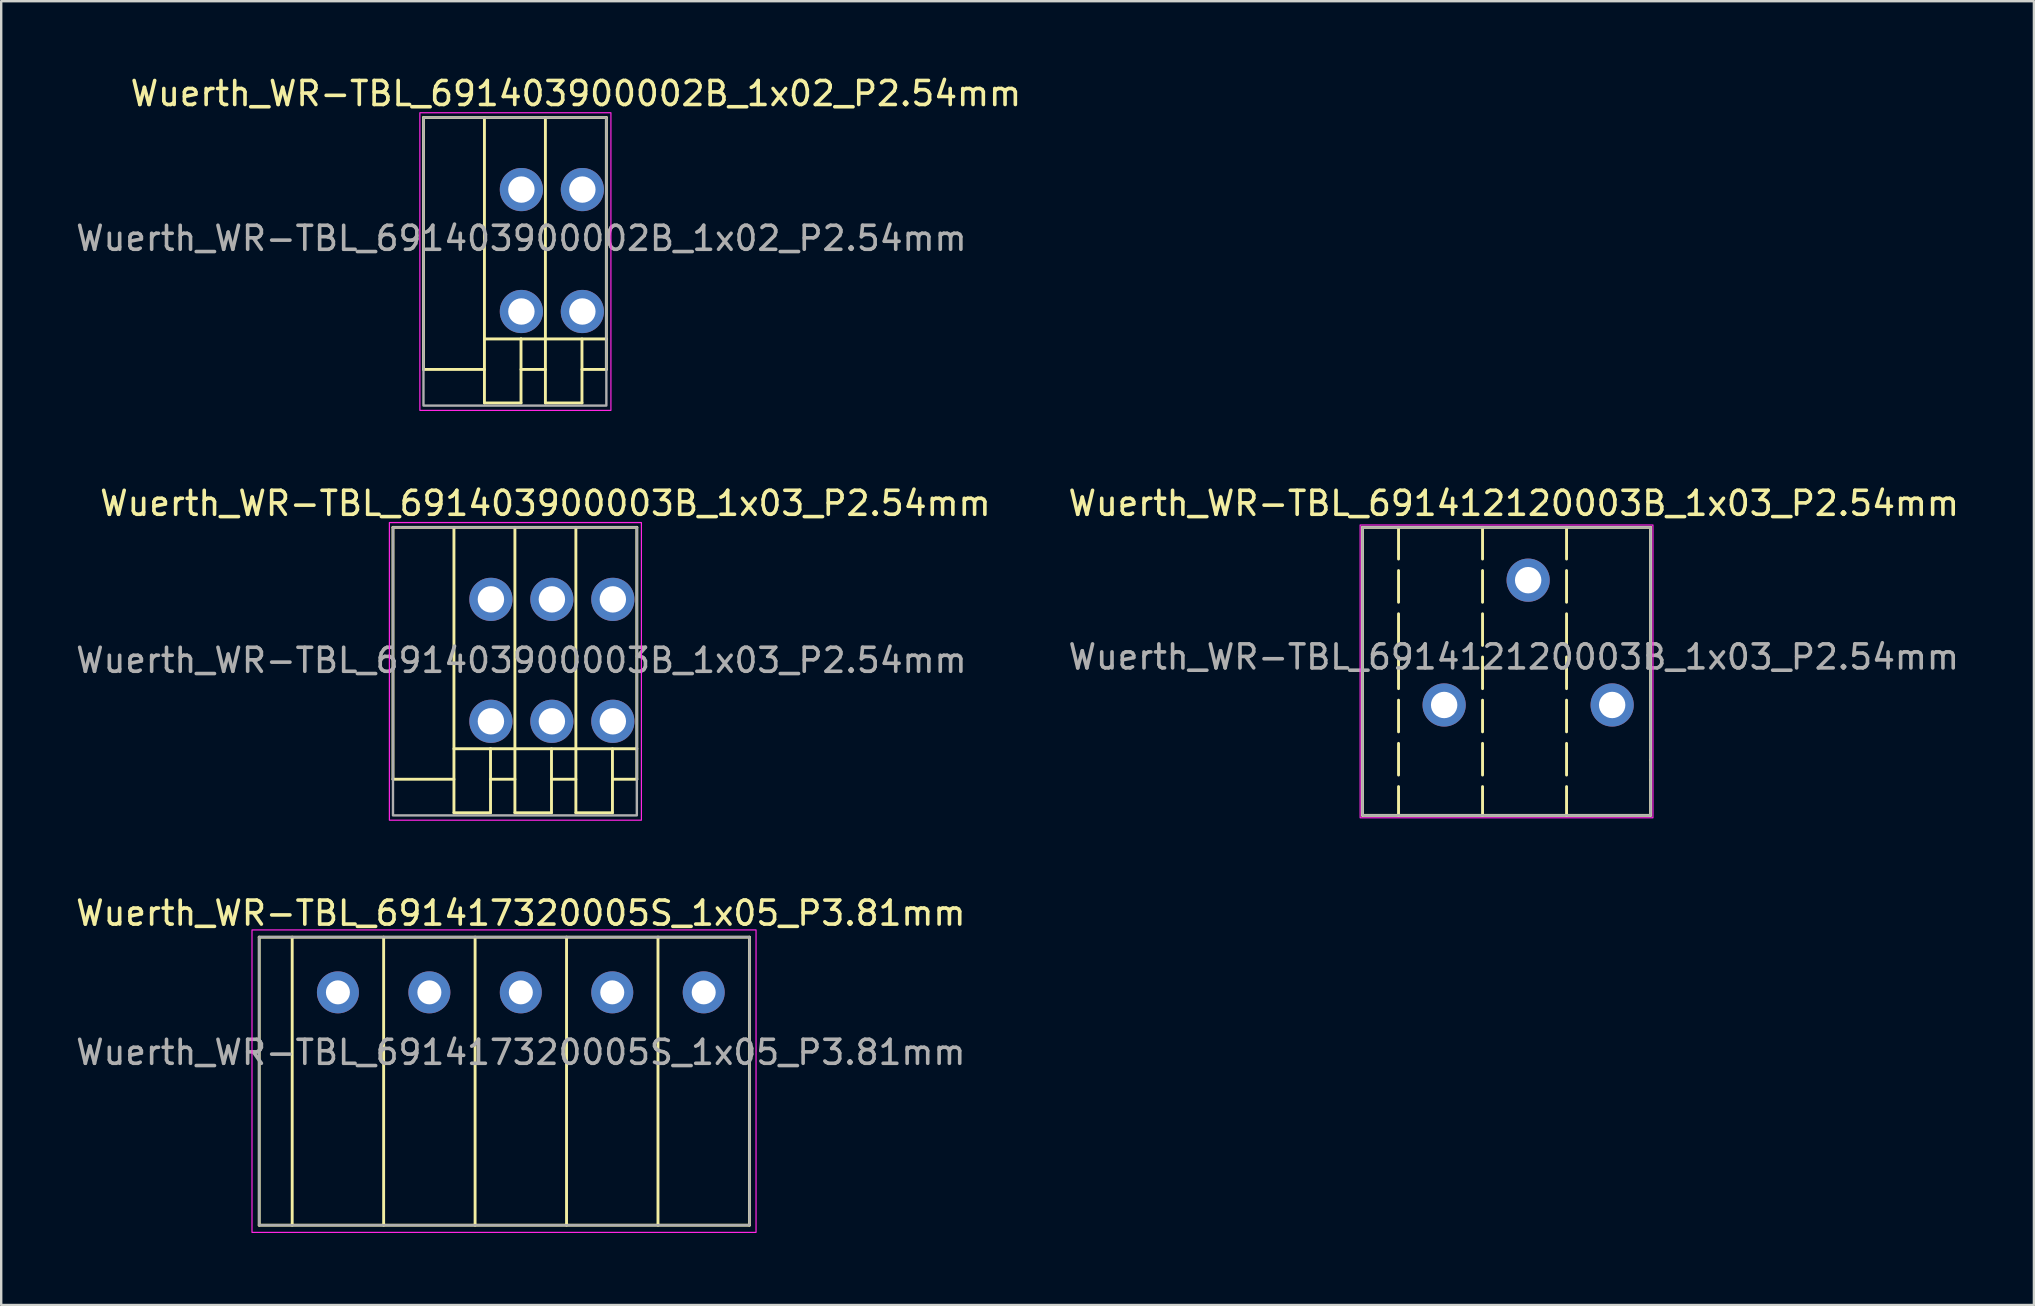
<source format=kicad_pcb>
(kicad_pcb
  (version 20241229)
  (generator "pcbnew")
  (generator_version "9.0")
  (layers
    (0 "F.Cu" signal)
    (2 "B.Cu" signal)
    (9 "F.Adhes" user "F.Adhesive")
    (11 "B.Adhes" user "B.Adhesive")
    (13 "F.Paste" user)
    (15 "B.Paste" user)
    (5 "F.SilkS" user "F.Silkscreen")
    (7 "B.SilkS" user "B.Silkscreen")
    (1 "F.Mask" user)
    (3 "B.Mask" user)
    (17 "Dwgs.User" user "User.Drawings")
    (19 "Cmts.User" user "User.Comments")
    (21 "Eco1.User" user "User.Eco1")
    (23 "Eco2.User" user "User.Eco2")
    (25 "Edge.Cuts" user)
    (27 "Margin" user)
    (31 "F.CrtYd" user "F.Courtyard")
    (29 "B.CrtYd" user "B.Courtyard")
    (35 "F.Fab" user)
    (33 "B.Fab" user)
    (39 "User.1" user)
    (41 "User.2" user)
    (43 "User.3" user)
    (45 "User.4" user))
  (footprint "Wuerth_WR-TBL_691403900002B_1x02_P2.54mm"
    (layer "F.Cu")
    (at 18.673 4.848)
    (property "Reference" "Wuerth_WR-TBL_691403900002B_1x02_P2.54mm" (at 2.27 -4 0) (unlocked yes) (layer "F.SilkS") (effects (font (size 1 1) (thickness 0.15))))
    (attr through_hole)
    (fp_line (start -4.08 -3) (end 3.54 -3) (stroke (width 0.12) (type solid)) (layer "F.SilkS"))
    (fp_line (start -4.08 7.493) (end -4.08 -3) (stroke (width 0.12) (type solid)) (layer "F.SilkS"))
    (fp_line (start -4.08 7.493) (end -1.54 7.493) (stroke (width 0.12) (type solid)) (layer "F.SilkS"))
    (fp_line (start -1.54 -3) (end -1.54 8.89) (stroke (width 0.12) (type solid)) (layer "F.SilkS"))
    (fp_line (start -1.54 8.89) (end -0.016 8.89) (stroke (width 0.12) (type solid)) (layer "F.SilkS"))
    (fp_line (start -0.016 6.223) (end -1.54 6.223) (stroke (width 0.12) (type solid)) (layer "F.SilkS"))
    (fp_line (start -0.016 6.223) (end 3.54 6.223) (stroke (width 0.12) (type solid)) (layer "F.SilkS"))
    (fp_line (start -0.016 7.493) (end 1 7.493) (stroke (width 0.12) (type solid)) (layer "F.SilkS"))
    (fp_line (start -0.016 8.89) (end -0.016 6.223) (stroke (width 0.12) (type solid)) (layer "F.SilkS"))
    (fp_line (start 1 -3) (end 1 8.89) (stroke (width 0.12) (type solid)) (layer "F.SilkS"))
    (fp_line (start 1 8.89) (end 2.524 8.89) (stroke (width 0.12) (type solid)) (layer "F.SilkS"))
    (fp_line (start 2.524 7.493) (end 3.54 7.493) (stroke (width 0.12) (type solid)) (layer "F.SilkS"))
    (fp_line (start 2.524 8.89) (end 2.524 6.223) (stroke (width 0.12) (type solid)) (layer "F.SilkS"))
    (fp_line (start 3.54 -3) (end 3.54 7.493) (stroke (width 0.12) (type solid)) (layer "F.SilkS"))
    (fp_rect (start -4.23 -3.2) (end 3.73 9.2) (stroke (width 0.05) (type solid)) (fill no) (layer "F.CrtYd"))
    (fp_rect (start -4.08 -3) (end 3.54 9) (stroke (width 0.1) (type solid)) (fill no) (layer "F.Fab"))
    (fp_text user "${REFERENCE}" (at 0 2.032 0) (unlocked yes) (layer "F.Fab") (effects (font (size 1 1) (thickness 0.15))))
    (pad "1" thru_hole circle (at 0 0 90) (size 1.8 1.8) (drill 1.1) (layers "*.Cu" "*.Mask"))
    (pad "1" thru_hole circle (at 0 5.08) (size 1.8 1.8) (drill 1.1) (layers "*.Cu" "*.Mask"))
    (pad "2" thru_hole circle (at 2.54 0) (size 1.8 1.8) (drill 1.1) (layers "*.Cu" "*.Mask"))
    (pad "2" thru_hole circle (at 2.54 5.08) (size 1.8 1.8) (drill 1.1) (layers "*.Cu" "*.Mask")))
  (footprint "Wuerth_WR-TBL_691412120003B_1x03_P2.54mm"
    (layer "F.Cu")
    (at 57.118 21.122)
    (property "Reference" "Wuerth_WR-TBL_691412120003B_1x03_P2.54mm" (at 2.9 -3.2 0) (unlocked yes) (layer "F.SilkS") (effects (font (size 1 1) (thickness 0.15))))
    (attr through_hole)
    (fp_line (start -3.4 -2.2) (end 8.6 -2.2) (stroke (width 0.12) (type solid)) (layer "F.SilkS"))
    (fp_line (start -3.4 9.8) (end -3.4 -2.2) (stroke (width 0.12) (type solid)) (layer "F.SilkS"))
    (fp_line (start -3.4 9.8) (end 8.6 9.8) (stroke (width 0.12) (type solid)) (layer "F.SilkS"))
    (fp_line (start -1.9 -2.2) (end -1.9 9.8) (stroke (width 0.12) (type dash)) (layer "F.SilkS"))
    (fp_line (start 1.6 -2.2) (end 1.6 9.8) (stroke (width 0.12) (type dash)) (layer "F.SilkS"))
    (fp_line (start 5.1 -2.2) (end 5.1 9.8) (stroke (width 0.12) (type dash)) (layer "F.SilkS"))
    (fp_line (start 8.6 -2.2) (end 8.6 7.493) (stroke (width 0.12) (type solid)) (layer "F.SilkS"))
    (fp_line (start 8.6 9.8) (end 8.6 7.493) (stroke (width 0.12) (type solid)) (layer "F.SilkS"))
    (fp_rect (start -3.5 -2.3) (end 8.7 9.9) (stroke (width 0.05) (type solid)) (fill no) (layer "F.CrtYd"))
    (fp_rect (start -3.4 -2.2) (end 8.6 9.8) (stroke (width 0.1) (type solid)) (fill no) (layer "F.Fab"))
    (fp_text user "${REFERENCE}" (at 2.9 3.2 0) (unlocked yes) (layer "F.Fab") (effects (font (size 1 1) (thickness 0.15))))
    (pad "1" thru_hole circle (at 0 5.2) (size 1.8 1.8) (drill 1.1) (layers "*.Cu" "*.Mask"))
    (pad "2" thru_hole circle (at 3.5 0) (size 1.8 1.8) (drill 1.1) (layers "*.Cu" "*.Mask"))
    (pad "3" thru_hole circle (at 7 5.2) (size 1.8 1.8) (drill 1.1) (layers "*.Cu" "*.Mask")))
  (footprint "Wuerth_WR-TBL_691403900003B_1x03_P2.54mm"
    (layer "F.Cu")
    (at 17.403 21.922)
    (property "Reference" "Wuerth_WR-TBL_691403900003B_1x03_P2.54mm" (at 2.27 -4 0) (unlocked yes) (layer "F.SilkS") (effects (font (size 1 1) (thickness 0.15))))
    (attr through_hole)
    (fp_line (start -4.08 -3) (end 6.08 -3) (stroke (width 0.12) (type solid)) (layer "F.SilkS"))
    (fp_line (start -4.08 7.493) (end -4.08 -3) (stroke (width 0.12) (type solid)) (layer "F.SilkS"))
    (fp_line (start -4.08 7.493) (end -1.54 7.493) (stroke (width 0.12) (type solid)) (layer "F.SilkS"))
    (fp_line (start -1.54 -3) (end -1.54 8.89) (stroke (width 0.12) (type solid)) (layer "F.SilkS"))
    (fp_line (start -1.54 8.89) (end -0.016 8.89) (stroke (width 0.12) (type solid)) (layer "F.SilkS"))
    (fp_line (start -0.016 6.223) (end -1.54 6.223) (stroke (width 0.12) (type solid)) (layer "F.SilkS"))
    (fp_line (start -0.016 6.223) (end 6.08 6.223) (stroke (width 0.12) (type solid)) (layer "F.SilkS"))
    (fp_line (start -0.016 7.493) (end 1 7.493) (stroke (width 0.12) (type solid)) (layer "F.SilkS"))
    (fp_line (start -0.016 8.89) (end -0.016 6.223) (stroke (width 0.12) (type solid)) (layer "F.SilkS"))
    (fp_line (start 1 -3) (end 1 8.89) (stroke (width 0.12) (type solid)) (layer "F.SilkS"))
    (fp_line (start 1 8.89) (end 2.524 8.89) (stroke (width 0.12) (type solid)) (layer "F.SilkS"))
    (fp_line (start 2.524 7.493) (end 3.54 7.493) (stroke (width 0.12) (type solid)) (layer "F.SilkS"))
    (fp_line (start 2.524 8.89) (end 2.524 6.223) (stroke (width 0.12) (type solid)) (layer "F.SilkS"))
    (fp_line (start 3.54 -3) (end 3.54 8.89) (stroke (width 0.12) (type solid)) (layer "F.SilkS"))
    (fp_line (start 3.54 8.89) (end 5.064 8.89) (stroke (width 0.12) (type solid)) (layer "F.SilkS"))
    (fp_line (start 5.064 7.493) (end 6.08 7.493) (stroke (width 0.12) (type solid)) (layer "F.SilkS"))
    (fp_line (start 5.064 8.89) (end 5.064 6.223) (stroke (width 0.12) (type solid)) (layer "F.SilkS"))
    (fp_line (start 6.08 -3) (end 6.08 7.493) (stroke (width 0.12) (type solid)) (layer "F.SilkS"))
    (fp_rect (start -4.23 -3.2) (end 6.27 9.2) (stroke (width 0.05) (type solid)) (fill no) (layer "F.CrtYd"))
    (fp_rect (start -4.08 -3) (end 6.08 9) (stroke (width 0.1) (type solid)) (fill no) (layer "F.Fab"))
    (fp_text user "${REFERENCE}" (at 1.27 2.54 0) (unlocked yes) (layer "F.Fab") (effects (font (size 1 1) (thickness 0.15))))
    (pad "1" thru_hole circle (at 0 0) (size 1.8 1.8) (drill 1.1) (layers "*.Cu" "*.Mask"))
    (pad "1" thru_hole circle (at 0 5.08) (size 1.8 1.8) (drill 1.1) (layers "*.Cu" "*.Mask"))
    (pad "2" thru_hole circle (at 2.54 0) (size 1.8 1.8) (drill 1.1) (layers "*.Cu" "*.Mask"))
    (pad "2" thru_hole circle (at 2.54 5.08) (size 1.8 1.8) (drill 1.1) (layers "*.Cu" "*.Mask"))
    (pad "3" thru_hole circle (at 5.08 0) (size 1.8 1.8) (drill 1.1) (layers "*.Cu" "*.Mask"))
    (pad "3" thru_hole circle (at 5.08 5.08) (size 1.8 1.8) (drill 1.1) (layers "*.Cu" "*.Mask")))
  (footprint "Wuerth_WR-TBL_691417320005S_1x05_P3.81mm"
    (layer "F.Cu")
    (at 18.649 38.295)
    (property "Reference" "Wuerth_WR-TBL_691417320005S_1x05_P3.81mm" (at 0 -3.3 0) (unlocked yes) (layer "F.SilkS") (effects (font (size 1 1) (thickness 0.15))))
    (attr through_hole)
    (fp_line (start -10.9 -2.3) (end 9.525 -2.3) (stroke (width 0.12) (type solid)) (layer "F.SilkS"))
    (fp_line (start -10.9 9.7) (end -10.9 -2.3) (stroke (width 0.12) (type solid)) (layer "F.SilkS"))
    (fp_line (start -9.525 -2.3) (end -9.525 9.7) (stroke (width 0.12) (type solid)) (layer "F.SilkS"))
    (fp_line (start -5.715 -2.3) (end -5.715 9.7) (stroke (width 0.12) (type solid)) (layer "F.SilkS"))
    (fp_line (start -1.905 -2.3) (end -1.905 9.7) (stroke (width 0.12) (type solid)) (layer "F.SilkS"))
    (fp_line (start 1.905 -2.3) (end 1.905 9.7) (stroke (width 0.12) (type solid)) (layer "F.SilkS"))
    (fp_line (start 5.715 -2.3) (end 5.715 9.7) (stroke (width 0.12) (type solid)) (layer "F.SilkS"))
    (fp_line (start 9.525 -2.3) (end 9.525 9.7) (stroke (width 0.12) (type solid)) (layer "F.SilkS"))
    (fp_line (start 9.525 9.7) (end -10.9 9.7) (stroke (width 0.12) (type solid)) (layer "F.SilkS"))
    (fp_rect (start -11.2 -2.6) (end 9.8 10) (stroke (width 0.05) (type solid)) (fill no) (layer "F.CrtYd"))
    (fp_rect (start -10.9 -2.3) (end 9.525 9.7) (stroke (width 0.1) (type solid)) (fill no) (layer "F.Fab"))
    (fp_text user "${REFERENCE}" (at 0 2.5 0) (unlocked yes) (layer "F.Fab") (effects (font (size 1 1) (thickness 0.15))))
    (pad "1" thru_hole circle (at -7.62 0) (size 1.75 1.75) (drill 1) (layers "*.Cu" "*.Mask"))
    (pad "2" thru_hole circle (at -3.81 0) (size 1.75 1.75) (drill 1) (layers "*.Cu" "*.Mask"))
    (pad "3" thru_hole circle (at 0 0) (size 1.75 1.75) (drill 1) (layers "*.Cu" "*.Mask"))
    (pad "4" thru_hole circle (at 3.81 0) (size 1.75 1.75) (drill 1) (layers "*.Cu" "*.Mask"))
    (pad "5" thru_hole circle (at 7.62 0) (size 1.75 1.75) (drill 1) (layers "*.Cu" "*.Mask")))
  (gr_rect
    (start -3 -3)
    (end 81.69 51.32)
    (stroke (width 0.1) (type default))
    (fill no)
    (layer "Edge.Cuts")))
</source>
